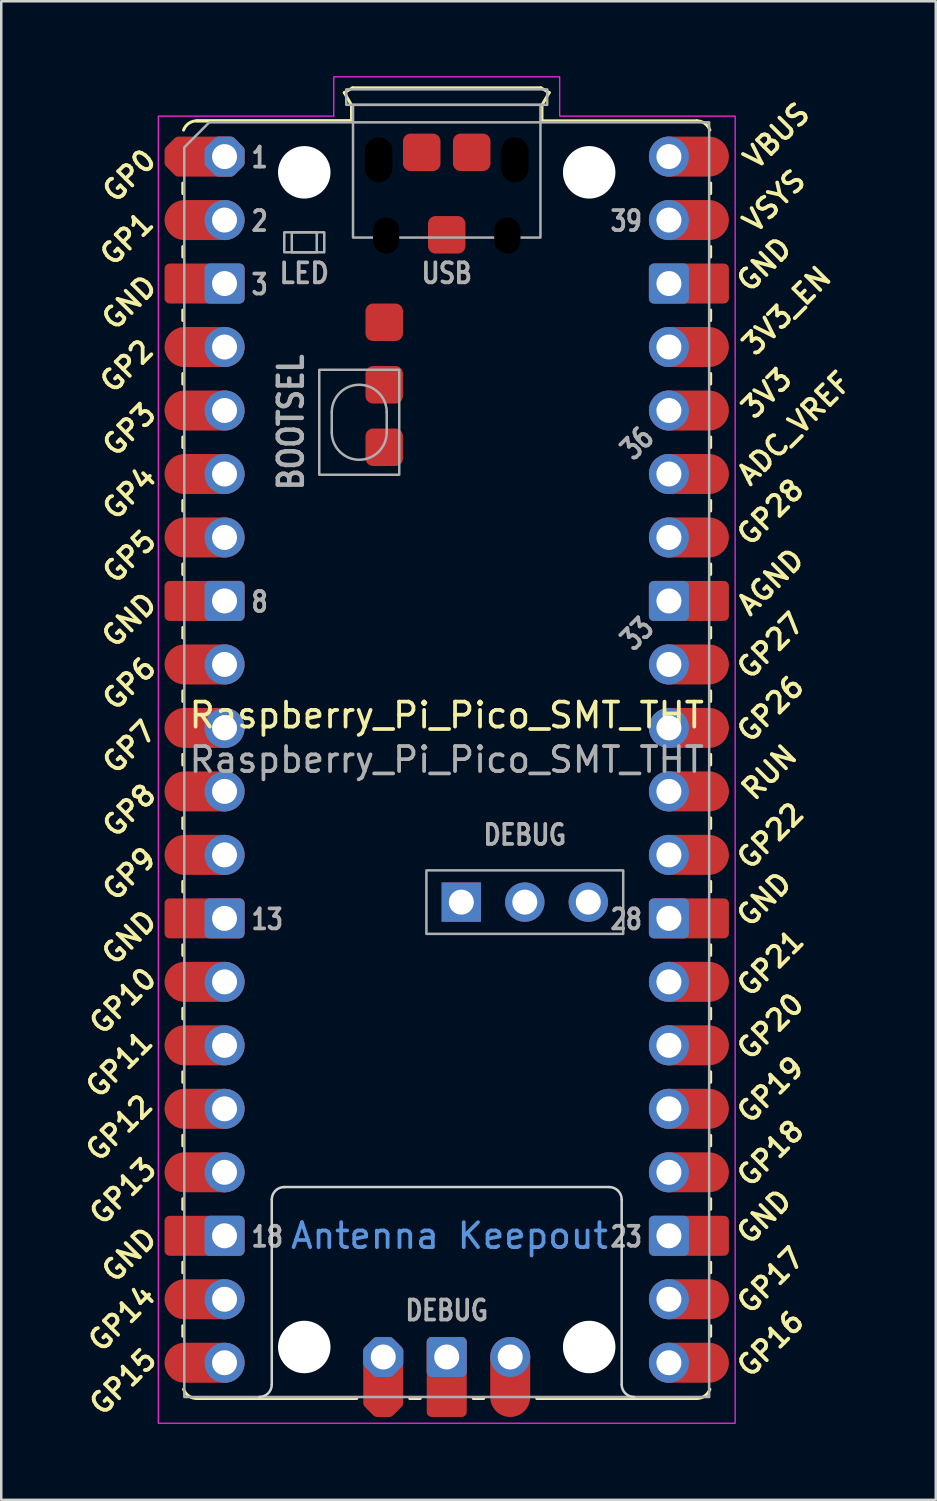
<source format=kicad_pcb>
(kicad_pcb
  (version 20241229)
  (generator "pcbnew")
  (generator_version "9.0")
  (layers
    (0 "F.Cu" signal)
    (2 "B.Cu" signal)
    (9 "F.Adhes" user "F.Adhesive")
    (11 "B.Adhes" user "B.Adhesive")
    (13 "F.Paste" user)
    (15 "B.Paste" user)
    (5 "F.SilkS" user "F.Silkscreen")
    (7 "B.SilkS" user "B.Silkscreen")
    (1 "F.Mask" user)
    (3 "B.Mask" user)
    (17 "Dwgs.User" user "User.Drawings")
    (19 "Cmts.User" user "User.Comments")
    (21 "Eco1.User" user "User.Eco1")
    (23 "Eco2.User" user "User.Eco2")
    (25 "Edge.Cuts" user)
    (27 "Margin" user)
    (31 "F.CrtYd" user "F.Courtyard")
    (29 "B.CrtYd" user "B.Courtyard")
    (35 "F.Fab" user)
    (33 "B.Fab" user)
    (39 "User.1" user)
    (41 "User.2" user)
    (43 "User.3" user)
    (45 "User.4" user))
  (footprint "Raspberry_Pi_Pico_SMT_THT"
    (layer "F.Cu")
    (at 5.934 3.215)
    (property "Reference" "Raspberry_Pi_Pico_SMT_THT" (at 8.89 22.352 0) (layer "F.SilkS") (effects (font (size 1 1) (thickness 0.15))))
    (attr through_hole)
    (fp_line (start -1.67 1.06) (end -1.67 1.48) (stroke (width 0.12) (type solid)) (layer "F.SilkS"))
    (fp_line (start -1.67 3.6) (end -1.67 4.02) (stroke (width 0.12) (type solid)) (layer "F.SilkS"))
    (fp_line (start -1.67 6.14) (end -1.67 6.56) (stroke (width 0.12) (type solid)) (layer "F.SilkS"))
    (fp_line (start -1.67 8.68) (end -1.67 9.1) (stroke (width 0.12) (type solid)) (layer "F.SilkS"))
    (fp_line (start -1.67 11.22) (end -1.67 11.64) (stroke (width 0.12) (type solid)) (layer "F.SilkS"))
    (fp_line (start -1.67 13.76) (end -1.67 14.18) (stroke (width 0.12) (type solid)) (layer "F.SilkS"))
    (fp_line (start -1.67 16.3) (end -1.67 16.72) (stroke (width 0.12) (type solid)) (layer "F.SilkS"))
    (fp_line (start -1.67 18.84) (end -1.67 19.26) (stroke (width 0.12) (type solid)) (layer "F.SilkS"))
    (fp_line (start -1.67 21.38) (end -1.67 21.8) (stroke (width 0.12) (type solid)) (layer "F.SilkS"))
    (fp_line (start -1.67 23.92) (end -1.67 24.34) (stroke (width 0.12) (type solid)) (layer "F.SilkS"))
    (fp_line (start -1.67 26.46) (end -1.67 26.88) (stroke (width 0.12) (type solid)) (layer "F.SilkS"))
    (fp_line (start -1.67 29) (end -1.67 29.42) (stroke (width 0.12) (type solid)) (layer "F.SilkS"))
    (fp_line (start -1.67 31.54) (end -1.67 31.96) (stroke (width 0.12) (type solid)) (layer "F.SilkS"))
    (fp_line (start -1.67 34.08) (end -1.67 34.5) (stroke (width 0.12) (type solid)) (layer "F.SilkS"))
    (fp_line (start -1.67 36.62) (end -1.67 37.04) (stroke (width 0.12) (type solid)) (layer "F.SilkS"))
    (fp_line (start -1.67 39.16) (end -1.67 39.58) (stroke (width 0.12) (type solid)) (layer "F.SilkS"))
    (fp_line (start -1.67 41.7) (end -1.67 42.12) (stroke (width 0.12) (type solid)) (layer "F.SilkS"))
    (fp_line (start -1.67 44.24) (end -1.67 44.66) (stroke (width 0.12) (type solid)) (layer "F.SilkS"))
    (fp_line (start -1.67 46.78) (end -1.67 47.2) (stroke (width 0.12) (type solid)) (layer "F.SilkS"))
    (fp_line (start -1.11 -1.43) (end 5.08 -1.43) (stroke (width 0.12) (type solid)) (layer "F.SilkS"))
    (fp_line (start -1.11 49.69) (end 5.29 49.69) (stroke (width 0.12) (type solid)) (layer "F.SilkS"))
    (fp_line (start 4.79 -2.56) (end 5.12 -2.75) (stroke (width 0.12) (type solid)) (layer "F.SilkS"))
    (fp_line (start 5.08 -2.06) (end 4.79 -2.56) (stroke (width 0.12) (type solid)) (layer "F.SilkS"))
    (fp_line (start 5.08 -1.43) (end -1.11 -1.43) (stroke (width 0.12) (type solid)) (layer "F.SilkS"))
    (fp_line (start 5.08 -1.43) (end 5.08 -2.06) (stroke (width 0.12) (type solid)) (layer "F.SilkS"))
    (fp_line (start 5.12 -2.75) (end 12.66 -2.75) (stroke (width 0.12) (type solid)) (layer "F.SilkS"))
    (fp_line (start 7.41 49.69) (end 7.83 49.69) (stroke (width 0.12) (type solid)) (layer "F.SilkS"))
    (fp_line (start 9.95 49.69) (end 10.37 49.69) (stroke (width 0.12) (type solid)) (layer "F.SilkS"))
    (fp_line (start 12.49 49.69) (end 18.89 49.69) (stroke (width 0.12) (type solid)) (layer "F.SilkS"))
    (fp_line (start 12.66 -2.75) (end 12.99 -2.56) (stroke (width 0.12) (type solid)) (layer "F.SilkS"))
    (fp_line (start 12.7 -2.06) (end 12.7 -1.43) (stroke (width 0.12) (type solid)) (layer "F.SilkS"))
    (fp_line (start 12.99 -2.56) (end 12.7 -2.06) (stroke (width 0.12) (type solid)) (layer "F.SilkS"))
    (fp_line (start 18.89 -1.43) (end 12.7 -1.43) (stroke (width 0.12) (type solid)) (layer "F.SilkS"))
    (fp_line (start 19.45 1.06) (end 19.45 1.48) (stroke (width 0.12) (type solid)) (layer "F.SilkS"))
    (fp_line (start 19.45 3.6) (end 19.45 4.02) (stroke (width 0.12) (type solid)) (layer "F.SilkS"))
    (fp_line (start 19.45 6.14) (end 19.45 6.56) (stroke (width 0.12) (type solid)) (layer "F.SilkS"))
    (fp_line (start 19.45 8.68) (end 19.45 9.1) (stroke (width 0.12) (type solid)) (layer "F.SilkS"))
    (fp_line (start 19.45 11.22) (end 19.45 11.64) (stroke (width 0.12) (type solid)) (layer "F.SilkS"))
    (fp_line (start 19.45 13.76) (end 19.45 14.18) (stroke (width 0.12) (type solid)) (layer "F.SilkS"))
    (fp_line (start 19.45 16.3) (end 19.45 16.72) (stroke (width 0.12) (type solid)) (layer "F.SilkS"))
    (fp_line (start 19.45 18.84) (end 19.45 19.26) (stroke (width 0.12) (type solid)) (layer "F.SilkS"))
    (fp_line (start 19.45 21.38) (end 19.45 21.8) (stroke (width 0.12) (type solid)) (layer "F.SilkS"))
    (fp_line (start 19.45 23.92) (end 19.45 24.34) (stroke (width 0.12) (type solid)) (layer "F.SilkS"))
    (fp_line (start 19.45 26.46) (end 19.45 26.88) (stroke (width 0.12) (type solid)) (layer "F.SilkS"))
    (fp_line (start 19.45 29) (end 19.45 29.42) (stroke (width 0.12) (type solid)) (layer "F.SilkS"))
    (fp_line (start 19.45 31.54) (end 19.45 31.96) (stroke (width 0.12) (type solid)) (layer "F.SilkS"))
    (fp_line (start 19.45 34.08) (end 19.45 34.5) (stroke (width 0.12) (type solid)) (layer "F.SilkS"))
    (fp_line (start 19.45 36.62) (end 19.45 37.04) (stroke (width 0.12) (type solid)) (layer "F.SilkS"))
    (fp_line (start 19.45 39.16) (end 19.45 39.58) (stroke (width 0.12) (type solid)) (layer "F.SilkS"))
    (fp_line (start 19.45 41.7) (end 19.45 42.12) (stroke (width 0.12) (type solid)) (layer "F.SilkS"))
    (fp_line (start 19.45 44.24) (end 19.45 44.66) (stroke (width 0.12) (type solid)) (layer "F.SilkS"))
    (fp_line (start 19.45 46.78) (end 19.45 47.2) (stroke (width 0.12) (type solid)) (layer "F.SilkS"))
    (fp_arc (start -1.64 -1.06) (mid -1.433508 -1.328808) (end -1.11 -1.43) (stroke (width 0.12) (type solid)) (layer "F.SilkS"))
    (fp_arc (start -1.11 49.69) (mid -1.433508 49.588809) (end -1.64 49.32) (stroke (width 0.12) (type solid)) (layer "F.SilkS"))
    (fp_arc (start 18.89 -1.43) (mid 19.213508 -1.328809) (end 19.42 -1.06) (stroke (width 0.12) (type solid)) (layer "F.SilkS"))
    (fp_arc (start 19.42 49.32) (mid 19.213508 49.588808) (end 18.89 49.69) (stroke (width 0.12) (type solid)) (layer "F.SilkS"))
    (fp_line (start 1.89 49.13) (end 1.89 41.73) (stroke (width 0.1) (type solid)) (layer "Edge.Cuts"))
    (fp_line (start 2.39 41.23) (end 15.39 41.23) (stroke (width 0.1) (type solid)) (layer "Edge.Cuts"))
    (fp_line (start 15.89 41.73) (end 15.89 49.13) (stroke (width 0.1) (type solid)) (layer "Edge.Cuts"))
    (fp_arc (start 1.89 41.73) (mid 2.036447 41.376447) (end 2.39 41.23) (stroke (width 0.1) (type solid)) (layer "Edge.Cuts"))
    (fp_arc (start 1.89 49.13) (mid 1.743553 49.483553) (end 1.39 49.63) (stroke (width 0.1) (type solid)) (layer "Edge.Cuts"))
    (fp_arc (start 15.39 41.23) (mid 15.743553 41.376447) (end 15.89 41.73) (stroke (width 0.1) (type solid)) (layer "Edge.Cuts"))
    (fp_arc (start 16.39 49.63) (mid 16.036447 49.483553) (end 15.89 49.13) (stroke (width 0.1) (type solid)) (layer "Edge.Cuts"))
    (fp_poly (pts (xy 13.41 -1.62) (xy 20.43 -1.62) (xy 20.43 50.68) (xy -2.65 50.68) (xy -2.65 -1.62) (xy 4.37 -1.62) (xy 4.37 -3.19) (xy 13.41 -3.19)) (stroke (width 0.05) (type solid)) (fill no) (layer "F.CrtYd"))
    (fp_line (start 4.29 10.23) (end 4.29 11.03) (stroke (width 0.1) (type solid)) (layer "F.Fab"))
    (fp_line (start 6.49 10.23) (end 6.49 11.03) (stroke (width 0.1) (type solid)) (layer "F.Fab"))
    (fp_rect (start 2.39 3.03) (end 3.99 3.83) (stroke (width 0.1) (type solid)) (fill no) (layer "F.Fab"))
    (fp_rect (start 2.69 3.03) (end 3.69 3.83) (stroke (width 0.1) (type solid)) (fill no) (layer "F.Fab"))
    (fp_rect (start 3.79 8.53) (end 6.99 12.73) (stroke (width 0.1) (type solid)) (fill no) (layer "F.Fab"))
    (fp_rect (start 4.87 -2.69) (end 12.91 -2.07) (stroke (width 0.1) (type solid)) (fill no) (layer "F.Fab"))
    (fp_rect (start 5.14 -2.07) (end 12.64 3.24) (stroke (width 0.1) (type solid)) (fill no) (layer "F.Fab"))
    (fp_rect (start 8.077 28.56) (end 15.951 31.1) (stroke (width 0.1) (type solid)) (fill no) (layer "F.Fab"))
    (fp_arc (start 4.29 10.23) (mid 5.39 9.13) (end 6.49 10.23) (stroke (width 0.1) (type solid)) (layer "F.Fab"))
    (fp_arc (start 6.49 11.03) (mid 5.39 12.13) (end 4.29 11.03) (stroke (width 0.1) (type solid)) (layer "F.Fab"))
    (fp_poly (pts (xy 19.39 49.63) (xy -1.61 49.63) (xy -1.61 -0.37) (xy -0.61 -1.37) (xy 19.39 -1.37)) (stroke (width 0.1) (type solid)) (fill no) (layer "F.Fab"))
    (fp_text user "GP22" (at 21.844 27.178 45) (layer "F.SilkS") (effects (font (size 0.8 0.8) (thickness 0.15))))
    (fp_text user "GP12" (at -4.21 38.862 45) (layer "F.SilkS") (effects (font (size 0.8 0.8) (thickness 0.15))))
    (fp_text user "GP6" (at -3.81 21.082 45) (layer "F.SilkS") (effects (font (size 0.8 0.8) (thickness 0.15))))
    (fp_text user "GP28" (at 21.844 14.224 45) (layer "F.SilkS") (effects (font (size 0.8 0.8) (thickness 0.15))))
    (fp_text user "GP11" (at -4.21 36.322 45) (layer "F.SilkS") (effects (font (size 0.8 0.8) (thickness 0.15))))
    (fp_text user "3V3_EN" (at 22.49 6.168 45) (layer "F.SilkS") (effects (font (size 0.8 0.8) (thickness 0.15))))
    (fp_text user "GP5" (at -3.81 16.002 45) (layer "F.SilkS") (effects (font (size 0.8 0.8) (thickness 0.15))))
    (fp_text user "GP16" (at 21.844 47.498 45) (layer "F.SilkS") (effects (font (size 0.8 0.8) (thickness 0.15))))
    (fp_text user "GP1" (at -3.91 3.292 45) (layer "F.SilkS") (effects (font (size 0.8 0.8) (thickness 0.15))))
    (fp_text user "GP0" (at -3.81 0.762 45) (layer "F.SilkS") (effects (font (size 0.8 0.8) (thickness 0.15))))
    (fp_text user "GND" (at -3.81 5.842 45) (layer "F.SilkS") (effects (font (size 0.8 0.8) (thickness 0.15))))
    (fp_text user "GP26" (at 21.844 22.098 45) (layer "F.SilkS") (effects (font (size 0.8 0.8) (thickness 0.15))))
    (fp_text user "GP19" (at 21.844 37.338 45) (layer "F.SilkS") (effects (font (size 0.8 0.8) (thickness 0.15))))
    (fp_text user "GP15" (at -4.064 49.022 45) (layer "F.SilkS") (effects (font (size 0.8 0.8) (thickness 0.15))))
    (fp_text user "AGND" (at 21.844 17.018 45) (layer "F.SilkS") (effects (font (size 0.8 0.8) (thickness 0.15))))
    (fp_text user "GP20" (at 21.844 34.798 45) (layer "F.SilkS") (effects (font (size 0.8 0.8) (thickness 0.15))))
    (fp_text user "GP3" (at -3.81 10.922 45) (layer "F.SilkS") (effects (font (size 0.8 0.8) (thickness 0.15))))
    (fp_text user "GND" (at -3.81 18.542 45) (layer "F.SilkS") (effects (font (size 0.8 0.8) (thickness 0.15))))
    (fp_text user "GP10" (at -4.064 33.782 45) (layer "F.SilkS") (effects (font (size 0.8 0.8) (thickness 0.15))))
    (fp_text user "GP13" (at -4.064 41.402 45) (layer "F.SilkS") (effects (font (size 0.8 0.8) (thickness 0.15))))
    (fp_text user "GP4" (at -3.81 13.462 45) (layer "F.SilkS") (effects (font (size 0.8 0.8) (thickness 0.15))))
    (fp_text user "VSYS" (at 21.99 1.778 45) (layer "F.SilkS") (effects (font (size 0.8 0.8) (thickness 0.15))))
    (fp_text user "GND" (at -3.81 43.942 45) (layer "F.SilkS") (effects (font (size 0.8 0.8) (thickness 0.15))))
    (fp_text user "GP8" (at -3.81 26.162 45) (layer "F.SilkS") (effects (font (size 0.8 0.8) (thickness 0.15))))
    (fp_text user "GP2" (at -3.91 8.382 45) (layer "F.SilkS") (effects (font (size 0.8 0.8) (thickness 0.15))))
    (fp_text user "GP14" (at -4.11 46.482 45) (layer "F.SilkS") (effects (font (size 0.8 0.8) (thickness 0.15))))
    (fp_text user "GND" (at 21.59 4.318 45) (layer "F.SilkS") (effects (font (size 0.8 0.8) (thickness 0.15))))
    (fp_text user "GND" (at 21.59 29.718 45) (layer "F.SilkS") (effects (font (size 0.8 0.8) (thickness 0.15))))
    (fp_text user "3V3" (at 21.69 9.468 45) (layer "F.SilkS") (effects (font (size 0.8 0.8) (thickness 0.15))))
    (fp_text user "GP17" (at 21.844 44.958 45) (layer "F.SilkS") (effects (font (size 0.8 0.8) (thickness 0.15))))
    (fp_text user "GP7" (at -3.81 23.622 45) (layer "F.SilkS") (effects (font (size 0.8 0.8) (thickness 0.15))))
    (fp_text user "ADC_VREF" (at 22.79 10.868 45) (layer "F.SilkS") (effects (font (size 0.8 0.8) (thickness 0.15))))
    (fp_text user "VBUS" (at 22.09 -0.832 45) (layer "F.SilkS") (effects (font (size 0.8 0.8) (thickness 0.15))))
    (fp_text user "GP21" (at 21.844 32.268 45) (layer "F.SilkS") (effects (font (size 0.8 0.8) (thickness 0.15))))
    (fp_text user "RUN" (at 21.79 24.638 45) (layer "F.SilkS") (effects (font (size 0.8 0.8) (thickness 0.15))))
    (fp_text user "GP9" (at -3.81 28.702 45) (layer "F.SilkS") (effects (font (size 0.8 0.8) (thickness 0.15))))
    (fp_text user "GP27" (at 21.844 19.568 45) (layer "F.SilkS") (effects (font (size 0.8 0.8) (thickness 0.15))))
    (fp_text user "GND" (at -3.81 31.242 45) (layer "F.SilkS") (effects (font (size 0.8 0.8) (thickness 0.15))))
    (fp_text user "GP18" (at 21.844 39.878 45) (layer "F.SilkS") (effects (font (size 0.8 0.8) (thickness 0.15))))
    (fp_text user "GND" (at 21.59 42.418 45) (layer "F.SilkS") (effects (font (size 0.8 0.8) (thickness 0.15))))
    (fp_text user "Antenna Keepout" (at 9 43.18 0) (unlocked yes) (layer "Cmts.User") (effects (font (size 1 1) (thickness 0.15))))
    (fp_text user "DEBUG" (at 8.89 46.168 0) (unlocked yes) (layer "F.Fab") (effects (font (size 0.8 0.66) (thickness 0.15))))
    (fp_text user "36" (at 16.51 11.468 45) (unlocked yes) (layer "F.Fab") (effects (font (size 0.8 0.64) (thickness 0.15))))
    (fp_text user "23" (at 16.78 43.218 0) (unlocked yes) (layer "F.Fab") (effects (font (size 0.8 0.64) (thickness 0.15)) (justify right)))
    (fp_text user "13" (at 1 30.518 0) (unlocked yes) (layer "F.Fab") (effects (font (size 0.8 0.64) (thickness 0.15)) (justify left)))
    (fp_text user "1" (at 1 0.038 0) (unlocked yes) (layer "F.Fab") (effects (font (size 0.8 0.64) (thickness 0.15)) (justify left)))
    (fp_text user "28" (at 16.78 30.518 0) (unlocked yes) (layer "F.Fab") (effects (font (size 0.8 0.64) (thickness 0.15)) (justify right)))
    (fp_text user "2" (at 1 2.578 0) (unlocked yes) (layer "F.Fab") (effects (font (size 0.8 0.64) (thickness 0.15)) (justify left)))
    (fp_text user "18" (at 1 43.218 0) (unlocked yes) (layer "F.Fab") (effects (font (size 0.8 0.64) (thickness 0.15)) (justify left)))
    (fp_text user "${REFERENCE}" (at 8.89 24.13 0) (unlocked yes) (layer "F.Fab") (effects (font (size 1 1) (thickness 0.15))))
    (fp_text user "BOOTSEL" (at 2.656 10.63 90) (unlocked yes) (layer "F.Fab") (effects (font (size 0.96 0.825) (thickness 0.18))))
    (fp_text user "LED" (at 3.19 4.668 0) (unlocked yes) (layer "F.Fab") (effects (font (size 0.8 0.72) (thickness 0.15))))
    (fp_text user "DEBUG" (at 12.014 27.138 0) (unlocked yes) (layer "F.Fab") (effects (font (size 0.8 0.66) (thickness 0.15))))
    (fp_text user "33" (at 16.51 19.088 45) (unlocked yes) (layer "F.Fab") (effects (font (size 0.8 0.64) (thickness 0.15))))
    (fp_text user "39" (at 16.78 2.578 0) (unlocked yes) (layer "F.Fab") (effects (font (size 0.8 0.64) (thickness 0.15)) (justify right)))
    (fp_text user "3" (at 1 5.118 0) (unlocked yes) (layer "F.Fab") (effects (font (size 0.8 0.64) (thickness 0.15)) (justify left)))
    (fp_text user "8" (at 1 17.818 0) (unlocked yes) (layer "F.Fab") (effects (font (size 0.8 0.64) (thickness 0.15)) (justify left)))
    (fp_text user "USB" (at 8.89 4.668 0) (unlocked yes) (layer "F.Fab") (effects (font (size 0.8 0.66) (thickness 0.15))))
    (pad "" np_thru_hole circle (at 3.19 0.63) (size 2.1 2.1) (drill 2.1) (layers "*.Cu" "*.Mask"))
    (pad "" np_thru_hole circle (at 3.19 47.63) (size 2.1 2.1) (drill 2.1) (layers "*.Cu" "*.Mask"))
    (pad "" np_thru_hole oval (at 6.165 0.13) (size 1.1 1.8) (drill oval 1.1 1.8) (layers "*.Mask"))
    (pad "" np_thru_hole oval (at 6.465 3.16) (size 1.05 1.45) (drill oval 1.05 1.45) (layers "*.Mask"))
    (pad "" np_thru_hole oval (at 11.315 3.16) (size 1.05 1.45) (drill oval 1.05 1.45) (layers "*.Mask"))
    (pad "" np_thru_hole oval (at 11.615 0.13) (size 1.1 1.8) (drill oval 1.1 1.8) (layers "*.Mask"))
    (pad "" np_thru_hole circle (at 14.59 0.63) (size 2.1 2.1) (drill 2.1) (layers "*.Cu" "*.Mask"))
    (pad "" np_thru_hole circle (at 14.59 47.63) (size 2.1 2.1) (drill 2.1) (layers "*.Cu" "*.Mask"))
    (pad "1" smd custom (at -1.6 0) (size 1.6 1.6) (layers "F.Cu" "F.Mask") (options (anchor circle)) (primitives (gr_poly (pts (xy 2.2 0.249) (xy 1.849 0.6) (xy -0.249 0.6) (xy -0.6 0.249) (xy -0.6 -0.249) (xy -0.249 -0.6) (xy 1.849 -0.6) (xy 2.2 -0.249)) (width 0.4) (fill yes))))
    (pad "1" thru_hole custom (at 0 0) (size 1.6 1.6) (drill 1) (layers "*.Cu" "*.Mask") (options (anchor circle)) (primitives (gr_poly (pts (xy 0.6 0.249) (xy 0.249 0.6) (xy -0.249 0.6) (xy -0.6 0.249) (xy -0.6 -0.249) (xy -0.249 -0.6) (xy 0.249 -0.6) (xy 0.6 -0.249)) (width 0.4) (fill yes))))
    (pad "2" smd oval (at -1.6 2.54) (size 3.2 1.6) (drill (offset 0.8 0)) (layers "F.Cu" "F.Mask"))
    (pad "2" thru_hole circle (at 0 2.54) (size 1.6 1.6) (drill 1) (layers "*.Cu" "*.Mask"))
    (pad "3" smd roundrect (at -1.6 5.08) (size 3.2 1.6) (drill (offset 0.8 0)) (layers "F.Cu" "F.Mask") (roundrect_rratio 0.125))
    (pad "3" thru_hole roundrect (at 0 5.08) (size 1.6 1.6) (drill 1) (layers "*.Cu" "*.Mask") (roundrect_rratio 0.125))
    (pad "4" smd oval (at -1.6 7.62) (size 3.2 1.6) (drill (offset 0.8 0)) (layers "F.Cu" "F.Mask"))
    (pad "4" thru_hole circle (at 0 7.62) (size 1.6 1.6) (drill 1) (layers "*.Cu" "*.Mask"))
    (pad "5" smd oval (at -1.6 10.16) (size 3.2 1.6) (drill (offset 0.8 0)) (layers "F.Cu" "F.Mask"))
    (pad "5" thru_hole circle (at 0 10.16) (size 1.6 1.6) (drill 1) (layers "*.Cu" "*.Mask"))
    (pad "6" smd oval (at -1.6 12.7) (size 3.2 1.6) (drill (offset 0.8 0)) (layers "F.Cu" "F.Mask"))
    (pad "6" thru_hole circle (at 0 12.7) (size 1.6 1.6) (drill 1) (layers "*.Cu" "*.Mask"))
    (pad "7" smd oval (at -1.6 15.24) (size 3.2 1.6) (drill (offset 0.8 0)) (layers "F.Cu" "F.Mask"))
    (pad "7" thru_hole circle (at 0 15.24) (size 1.6 1.6) (drill 1) (layers "*.Cu" "*.Mask"))
    (pad "8" smd roundrect (at -1.6 17.78) (size 3.2 1.6) (drill (offset 0.8 0)) (layers "F.Cu" "F.Mask") (roundrect_rratio 0.125))
    (pad "8" thru_hole roundrect (at 0 17.78) (size 1.6 1.6) (drill 1) (layers "*.Cu" "*.Mask") (roundrect_rratio 0.125))
    (pad "9" smd oval (at -1.6 20.32) (size 3.2 1.6) (drill (offset 0.8 0)) (layers "F.Cu" "F.Mask"))
    (pad "9" thru_hole circle (at 0 20.32) (size 1.6 1.6) (drill 1) (layers "*.Cu" "*.Mask"))
    (pad "10" smd oval (at -1.6 22.86) (size 3.2 1.6) (drill (offset 0.8 0)) (layers "F.Cu" "F.Mask"))
    (pad "10" thru_hole circle (at 0 22.86) (size 1.6 1.6) (drill 1) (layers "*.Cu" "*.Mask"))
    (pad "11" smd oval (at -1.6 25.4) (size 3.2 1.6) (drill (offset 0.8 0)) (layers "F.Cu" "F.Mask"))
    (pad "11" thru_hole circle (at 0 25.4) (size 1.6 1.6) (drill 1) (layers "*.Cu" "*.Mask"))
    (pad "12" smd oval (at -1.6 27.94) (size 3.2 1.6) (drill (offset 0.8 0)) (layers "F.Cu" "F.Mask"))
    (pad "12" thru_hole circle (at 0 27.94) (size 1.6 1.6) (drill 1) (layers "*.Cu" "*.Mask"))
    (pad "13" smd roundrect (at -1.6 30.48) (size 3.2 1.6) (drill (offset 0.8 0)) (layers "F.Cu" "F.Mask") (roundrect_rratio 0.125))
    (pad "13" thru_hole roundrect (at 0 30.48) (size 1.6 1.6) (drill 1) (layers "*.Cu" "*.Mask") (roundrect_rratio 0.125))
    (pad "14" smd oval (at -1.6 33.02) (size 3.2 1.6) (drill (offset 0.8 0)) (layers "F.Cu" "F.Mask"))
    (pad "14" thru_hole circle (at 0 33.02) (size 1.6 1.6) (drill 1) (layers "*.Cu" "*.Mask"))
    (pad "15" smd oval (at -1.6 35.56) (size 3.2 1.6) (drill (offset 0.8 0)) (layers "F.Cu" "F.Mask"))
    (pad "15" thru_hole circle (at 0 35.56) (size 1.6 1.6) (drill 1) (layers "*.Cu" "*.Mask"))
    (pad "16" smd oval (at -1.6 38.1) (size 3.2 1.6) (drill (offset 0.8 0)) (layers "F.Cu" "F.Mask"))
    (pad "16" thru_hole circle (at 0 38.1) (size 1.6 1.6) (drill 1) (layers "*.Cu" "*.Mask"))
    (pad "17" smd oval (at -1.6 40.64) (size 3.2 1.6) (drill (offset 0.8 0)) (layers "F.Cu" "F.Mask"))
    (pad "17" thru_hole circle (at 0 40.64) (size 1.6 1.6) (drill 1) (layers "*.Cu" "*.Mask"))
    (pad "18" smd roundrect (at -1.6 43.18) (size 3.2 1.6) (drill (offset 0.8 0)) (layers "F.Cu" "F.Mask") (roundrect_rratio 0.125))
    (pad "18" thru_hole roundrect (at 0 43.18) (size 1.6 1.6) (drill 1) (layers "*.Cu" "*.Mask") (roundrect_rratio 0.125))
    (pad "19" smd oval (at -1.6 45.72) (size 3.2 1.6) (drill (offset 0.8 0)) (layers "F.Cu" "F.Mask"))
    (pad "19" thru_hole circle (at 0 45.72) (size 1.6 1.6) (drill 1) (layers "*.Cu" "*.Mask"))
    (pad "20" smd oval (at -1.6 48.26) (size 3.2 1.6) (drill (offset 0.8 0)) (layers "F.Cu" "F.Mask"))
    (pad "20" thru_hole circle (at 0 48.26) (size 1.6 1.6) (drill 1) (layers "*.Cu" "*.Mask"))
    (pad "21" thru_hole circle (at 17.78 48.26) (size 1.6 1.6) (drill 1) (layers "*.Cu" "*.Mask"))
    (pad "21" smd oval (at 19.38 48.26) (size 3.2 1.6) (drill (offset -0.8 0)) (layers "F.Cu" "F.Mask"))
    (pad "22" thru_hole circle (at 17.78 45.72) (size 1.6 1.6) (drill 1) (layers "*.Cu" "*.Mask"))
    (pad "22" smd oval (at 19.38 45.72) (size 3.2 1.6) (drill (offset -0.8 0)) (layers "F.Cu" "F.Mask"))
    (pad "23" thru_hole roundrect (at 17.78 43.18) (size 1.6 1.6) (drill 1) (layers "*.Cu" "*.Mask") (roundrect_rratio 0.125))
    (pad "23" smd roundrect (at 19.38 43.18) (size 3.2 1.6) (drill (offset -0.8 0)) (layers "F.Cu" "F.Mask") (roundrect_rratio 0.125))
    (pad "24" thru_hole circle (at 17.78 40.64) (size 1.6 1.6) (drill 1) (layers "*.Cu" "*.Mask"))
    (pad "24" smd oval (at 19.38 40.64) (size 3.2 1.6) (drill (offset -0.8 0)) (layers "F.Cu" "F.Mask"))
    (pad "25" thru_hole circle (at 17.78 38.1) (size 1.6 1.6) (drill 1) (layers "*.Cu" "*.Mask"))
    (pad "25" smd oval (at 19.38 38.1) (size 3.2 1.6) (drill (offset -0.8 0)) (layers "F.Cu" "F.Mask"))
    (pad "26" thru_hole circle (at 17.78 35.56) (size 1.6 1.6) (drill 1) (layers "*.Cu" "*.Mask"))
    (pad "26" smd oval (at 19.38 35.56) (size 3.2 1.6) (drill (offset -0.8 0)) (layers "F.Cu" "F.Mask"))
    (pad "27" thru_hole circle (at 17.78 33.02) (size 1.6 1.6) (drill 1) (layers "*.Cu" "*.Mask"))
    (pad "27" smd oval (at 19.38 33.02) (size 3.2 1.6) (drill (offset -0.8 0)) (layers "F.Cu" "F.Mask"))
    (pad "28" thru_hole roundrect (at 17.78 30.48) (size 1.6 1.6) (drill 1) (layers "*.Cu" "*.Mask") (roundrect_rratio 0.125))
    (pad "28" smd roundrect (at 19.38 30.48) (size 3.2 1.6) (drill (offset -0.8 0)) (layers "F.Cu" "F.Mask") (roundrect_rratio 0.125))
    (pad "29" thru_hole circle (at 17.78 27.94) (size 1.6 1.6) (drill 1) (layers "*.Cu" "*.Mask"))
    (pad "29" smd oval (at 19.38 27.94) (size 3.2 1.6) (drill (offset -0.8 0)) (layers "F.Cu" "F.Mask"))
    (pad "30" thru_hole circle (at 17.78 25.4) (size 1.6 1.6) (drill 1) (layers "*.Cu" "*.Mask"))
    (pad "30" smd oval (at 19.38 25.4) (size 3.2 1.6) (drill (offset -0.8 0)) (layers "F.Cu" "F.Mask"))
    (pad "31" thru_hole circle (at 17.78 22.86) (size 1.6 1.6) (drill 1) (layers "*.Cu" "*.Mask"))
    (pad "31" smd oval (at 19.38 22.86) (size 3.2 1.6) (drill (offset -0.8 0)) (layers "F.Cu" "F.Mask"))
    (pad "32" thru_hole circle (at 17.78 20.32) (size 1.6 1.6) (drill 1) (layers "*.Cu" "*.Mask"))
    (pad "32" smd oval (at 19.38 20.32) (size 3.2 1.6) (drill (offset -0.8 0)) (layers "F.Cu" "F.Mask"))
    (pad "33" thru_hole roundrect (at 17.78 17.78) (size 1.6 1.6) (drill 1) (layers "*.Cu" "*.Mask") (roundrect_rratio 0.125))
    (pad "33" smd roundrect (at 19.38 17.78) (size 3.2 1.6) (drill (offset -0.8 0)) (layers "F.Cu" "F.Mask") (roundrect_rratio 0.125))
    (pad "34" thru_hole circle (at 17.78 15.24) (size 1.6 1.6) (drill 1) (layers "*.Cu" "*.Mask"))
    (pad "34" smd oval (at 19.38 15.24) (size 3.2 1.6) (drill (offset -0.8 0)) (layers "F.Cu" "F.Mask"))
    (pad "35" thru_hole circle (at 17.78 12.7) (size 1.6 1.6) (drill 1) (layers "*.Cu" "*.Mask"))
    (pad "35" smd oval (at 19.38 12.7) (size 3.2 1.6) (drill (offset -0.8 0)) (layers "F.Cu" "F.Mask"))
    (pad "36" thru_hole circle (at 17.78 10.16) (size 1.6 1.6) (drill 1) (layers "*.Cu" "*.Mask"))
    (pad "36" smd oval (at 19.38 10.16) (size 3.2 1.6) (drill (offset -0.8 0)) (layers "F.Cu" "F.Mask"))
    (pad "37" thru_hole circle (at 17.78 7.62) (size 1.6 1.6) (drill 1) (layers "*.Cu" "*.Mask"))
    (pad "37" smd oval (at 19.38 7.62) (size 3.2 1.6) (drill (offset -0.8 0)) (layers "F.Cu" "F.Mask"))
    (pad "38" thru_hole roundrect (at 17.78 5.08) (size 1.6 1.6) (drill 1) (layers "*.Cu" "*.Mask") (roundrect_rratio 0.125))
    (pad "38" smd roundrect (at 19.38 5.08) (size 3.2 1.6) (drill (offset -0.8 0)) (layers "F.Cu" "F.Mask") (roundrect_rratio 0.125))
    (pad "39" thru_hole circle (at 17.78 2.54) (size 1.6 1.6) (drill 1) (layers "*.Cu" "*.Mask"))
    (pad "39" smd oval (at 19.38 2.54) (size 3.2 1.6) (drill (offset -0.8 0)) (layers "F.Cu" "F.Mask"))
    (pad "40" thru_hole circle (at 17.78 0) (size 1.6 1.6) (drill 1) (layers "*.Cu" "*.Mask"))
    (pad "40" smd oval (at 19.38 0) (size 3.2 1.6) (drill (offset -0.8 0)) (layers "F.Cu" "F.Mask"))
    (pad "41" thru_hole custom (at 6.35 48.03) (size 1.6 1.6) (drill 1) (layers "*.Cu" "*.Mask") (options (anchor circle)) (primitives (gr_poly (pts (xy 0.6 0.249) (xy 0.249 0.6) (xy -0.249 0.6) (xy -0.6 0.249) (xy -0.6 -0.249) (xy -0.249 -0.6) (xy 0.249 -0.6) (xy 0.6 -0.249)) (width 0.4) (fill yes))))
    (pad "41" smd custom (at 6.35 49.63) (size 1.6 1.6) (layers "F.Cu" "F.Mask") (options (anchor circle)) (primitives (gr_poly (pts (xy 0.6 0.249) (xy 0.249 0.6) (xy -0.249 0.6) (xy -0.6 0.249) (xy -0.6 -1.849) (xy -0.249 -2.2) (xy 0.249 -2.2) (xy 0.6 -1.849)) (width 0.4) (fill yes))))
    (pad "41" thru_hole rect (at 9.474 29.83) (size 1.575 1.575) (drill 1) (layers "*.Cu" "*.Mask"))
    (pad "42" thru_hole roundrect (at 8.89 48.03) (size 1.6 1.6) (drill 1) (layers "*.Cu" "*.Mask") (roundrect_rratio 0.125))
    (pad "42" smd roundrect (at 8.89 49.63) (size 1.6 3.2) (drill (offset 0 -0.8)) (layers "F.Cu" "F.Mask") (roundrect_rratio 0.125))
    (pad "42" thru_hole circle (at 12.014 29.83) (size 1.575 1.575) (drill 1) (layers "*.Cu" "*.Mask"))
    (pad "43" thru_hole circle (at 11.43 48.03) (size 1.6 1.6) (drill 1) (layers "*.Cu" "*.Mask"))
    (pad "43" smd oval (at 11.43 49.63) (size 1.6 3.2) (drill (offset 0 -0.8)) (layers "F.Cu" "F.Mask"))
    (pad "43" thru_hole circle (at 14.554 29.83) (size 1.575 1.575) (drill 1) (layers "*.Cu" "*.Mask"))
    (pad "51" smd roundrect (at 8.89 3.13) (size 1.5 1.5) (property pad_prop_testpoint) (layers "F.Cu" "F.Mask") (roundrect_rratio 0.2))
    (pad "52" smd roundrect (at 9.89 -0.17) (size 1.5 1.5) (property pad_prop_testpoint) (layers "F.Cu" "F.Mask") (roundrect_rratio 0.2))
    (pad "53" smd roundrect (at 7.89 -0.17) (size 1.5 1.5) (property pad_prop_testpoint) (layers "F.Cu" "F.Mask") (roundrect_rratio 0.2))
    (pad "54" smd roundrect (at 6.39 6.63) (size 1.5 1.5) (property pad_prop_testpoint) (layers "F.Cu" "F.Mask") (roundrect_rratio 0.2))
    (pad "55" smd roundrect (at 6.39 9.13) (size 1.5 1.5) (property pad_prop_testpoint) (layers "F.Cu" "F.Mask") (roundrect_rratio 0.2))
    (pad "56" smd roundrect (at 6.39 11.63) (size 1.5 1.5) (property pad_prop_testpoint) (layers "F.Cu" "F.Mask") (roundrect_rratio 0.2))
    (zone (net_name "") (layer "F.Cu") (name "Test Point Keepout") (hatch full 0.508) (connect_pads) (min_thickness 0.254) (filled_areas_thickness no) (keepout (tracks not_allowed) (vias not_allowed) (pads allowed) (copperpour not_allowed) (footprints allowed)) (placement (enabled no)) (fill) (polygon (pts (xy 13.374 10.895) (xy 11.274 10.895) (xy 11.274 8.795) (xy 13.374 8.795))))
    (zone (net_name "") (layer "F.Cu") (name "Test Point Keepout") (hatch full 0.508) (connect_pads) (min_thickness 0.254) (filled_areas_thickness no) (keepout (tracks not_allowed) (vias not_allowed) (pads allowed) (copperpour not_allowed) (footprints allowed)) (placement (enabled no)) (fill) (polygon (pts (xy 13.374 13.395) (xy 11.274 13.395) (xy 11.274 11.295) (xy 13.374 11.295))))
    (zone (net_name "") (layer "F.Cu") (name "Test Point Keepout") (hatch full 0.508) (connect_pads) (min_thickness 0.254) (filled_areas_thickness no) (keepout (tracks not_allowed) (vias not_allowed) (pads allowed) (copperpour not_allowed) (footprints allowed)) (placement (enabled no)) (fill) (polygon (pts (xy 13.374 15.895) (xy 11.274 15.895) (xy 11.274 13.795) (xy 13.374 13.795))))
    (zone (net_name "") (layer "F.Cu") (name "Test Point Keepout") (hatch full 0.508) (connect_pads) (min_thickness 0.254) (filled_areas_thickness no) (keepout (tracks not_allowed) (vias not_allowed) (pads allowed) (copperpour not_allowed) (footprints allowed)) (placement (enabled no)) (fill) (polygon (pts (xy 15.874 7.395) (xy 13.774 7.395) (xy 13.774 5.295) (xy 15.874 5.295))))
    (zone (net_name "") (layer "F.Cu") (name "Test Point Keepout") (hatch full 0.508) (connect_pads) (min_thickness 0.254) (filled_areas_thickness no) (keepout (tracks not_allowed) (vias not_allowed) (pads allowed) (copperpour not_allowed) (footprints allowed)) (placement (enabled no)) (fill) (polygon (pts (xy 16.874 4.095) (xy 12.774 4.095) (xy 12.774 1.995) (xy 16.874 1.995))))
    (zone (net_name "") (layers "F.Cu" "F.Mask" "B.Cu" "B.Mask" "F.SilkS" "B.SilkS" "F.Adhes" "B.Adhes" "F.Paste" "B.Paste") (name "Antenna Keepout") (hatch full 0.508) (connect_pads) (min_thickness 0.254) (filled_areas_thickness no) (keepout (tracks not_allowed) (vias not_allowed) (pads not_allowed) (copperpour not_allowed) (footprints not_allowed)) (placement (enabled no)) (fill) (polygon (pts (xy 21.824 52.845) (xy 7.824 52.845) (xy 7.824 44.445) (xy 21.824 44.445)))))
  (gr_rect
    (start -3 -3)
    (end 34.391 56.961)
    (stroke (width 0.1) (type default))
    (fill no)
    (layer "Edge.Cuts")))
</source>
